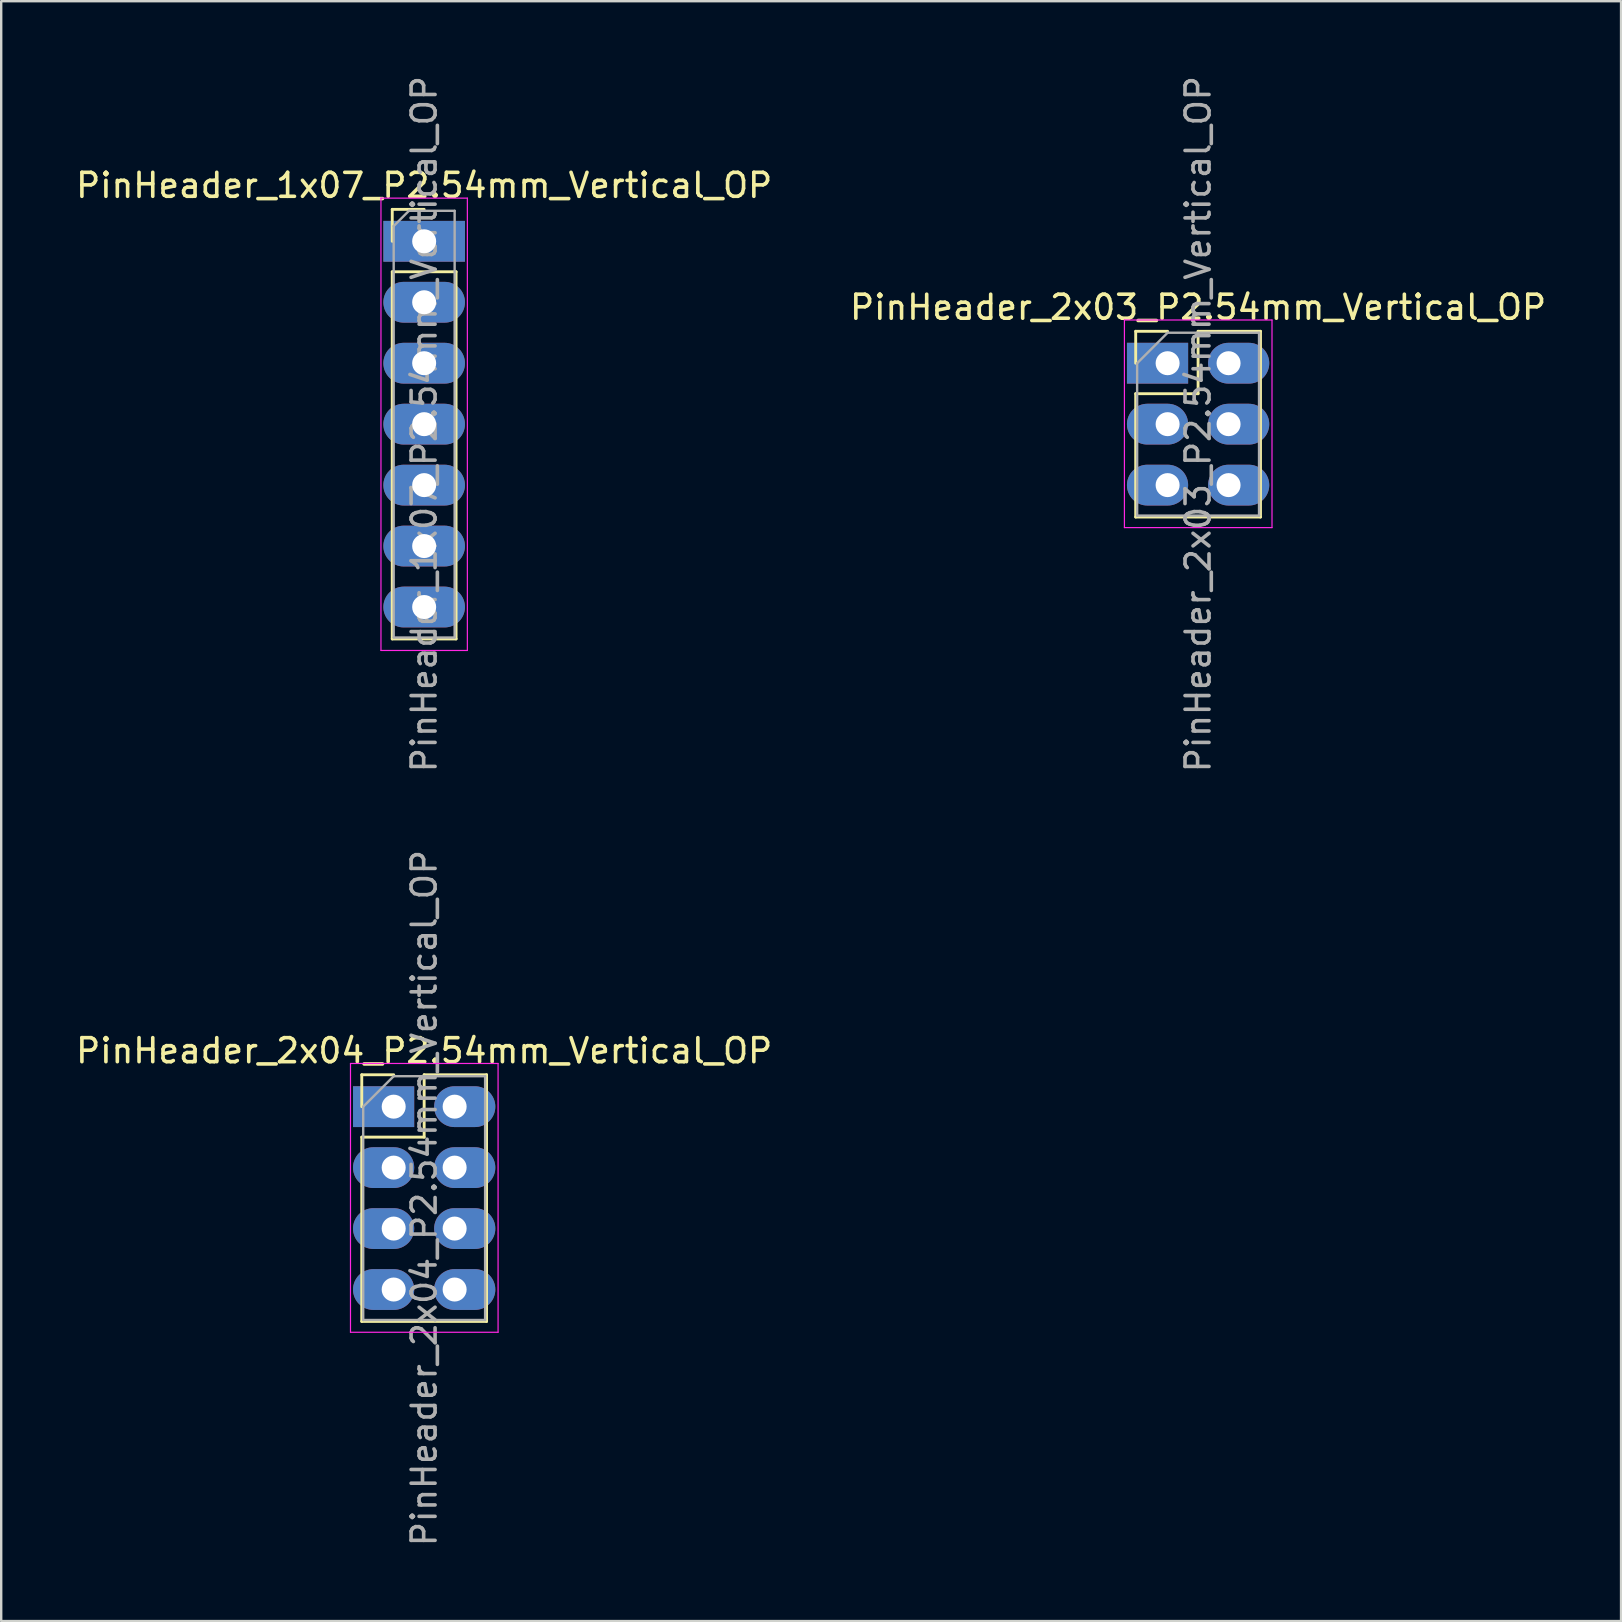
<source format=kicad_pcb>
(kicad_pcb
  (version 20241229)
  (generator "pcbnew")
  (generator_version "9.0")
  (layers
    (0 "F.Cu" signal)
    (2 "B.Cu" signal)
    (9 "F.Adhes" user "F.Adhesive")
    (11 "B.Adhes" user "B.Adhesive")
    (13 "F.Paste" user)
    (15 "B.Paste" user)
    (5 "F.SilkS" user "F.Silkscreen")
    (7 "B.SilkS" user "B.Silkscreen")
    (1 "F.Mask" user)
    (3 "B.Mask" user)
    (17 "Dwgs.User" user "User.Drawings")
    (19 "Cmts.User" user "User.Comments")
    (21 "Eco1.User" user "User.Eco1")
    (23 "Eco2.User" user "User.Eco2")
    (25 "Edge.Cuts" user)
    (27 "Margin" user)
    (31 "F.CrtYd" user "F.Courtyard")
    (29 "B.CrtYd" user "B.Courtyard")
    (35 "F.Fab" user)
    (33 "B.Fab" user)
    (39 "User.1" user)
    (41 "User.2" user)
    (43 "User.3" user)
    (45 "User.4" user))
  (footprint "PinHeader_2x04_P2.54mm_Vertical_OP"
    (layer "F.Cu")
    (at 13.355 43.065)
    (property "Reference" "PinHeader_2x04_P2.54mm_Vertical_OP" (at 1.27 -2.33 0) (layer "F.SilkS") (effects (font (size 1 1) (thickness 0.15))))
    (attr through_hole)
    (fp_line (start -1.33 -1.33) (end 0 -1.33) (stroke (width 0.12) (type solid)) (layer "F.SilkS"))
    (fp_line (start -1.33 0) (end -1.33 -1.33) (stroke (width 0.12) (type solid)) (layer "F.SilkS"))
    (fp_line (start -1.33 1.27) (end -1.33 8.95) (stroke (width 0.12) (type solid)) (layer "F.SilkS"))
    (fp_line (start -1.33 1.27) (end 1.27 1.27) (stroke (width 0.12) (type solid)) (layer "F.SilkS"))
    (fp_line (start -1.33 8.95) (end 3.87 8.95) (stroke (width 0.12) (type solid)) (layer "F.SilkS"))
    (fp_line (start 1.27 -1.33) (end 3.87 -1.33) (stroke (width 0.12) (type solid)) (layer "F.SilkS"))
    (fp_line (start 1.27 1.27) (end 1.27 -1.33) (stroke (width 0.12) (type solid)) (layer "F.SilkS"))
    (fp_line (start 3.87 -1.33) (end 3.87 8.95) (stroke (width 0.12) (type solid)) (layer "F.SilkS"))
    (fp_line (start -1.8 -1.8) (end -1.8 9.4) (stroke (width 0.05) (type solid)) (layer "F.CrtYd"))
    (fp_line (start -1.8 9.4) (end 4.35 9.4) (stroke (width 0.05) (type solid)) (layer "F.CrtYd"))
    (fp_line (start 4.35 -1.8) (end -1.8 -1.8) (stroke (width 0.05) (type solid)) (layer "F.CrtYd"))
    (fp_line (start 4.35 9.4) (end 4.35 -1.8) (stroke (width 0.05) (type solid)) (layer "F.CrtYd"))
    (fp_line (start -1.27 0) (end 0 -1.27) (stroke (width 0.1) (type solid)) (layer "F.Fab"))
    (fp_line (start -1.27 8.89) (end -1.27 0) (stroke (width 0.1) (type solid)) (layer "F.Fab"))
    (fp_line (start 0 -1.27) (end 3.81 -1.27) (stroke (width 0.1) (type solid)) (layer "F.Fab"))
    (fp_line (start 3.81 -1.27) (end 3.81 8.89) (stroke (width 0.1) (type solid)) (layer "F.Fab"))
    (fp_line (start 3.81 8.89) (end -1.27 8.89) (stroke (width 0.1) (type solid)) (layer "F.Fab"))
    (fp_text user "${REFERENCE}" (at 1.27 3.81 90) (layer "F.Fab") (effects (font (size 1 1) (thickness 0.15))))
    (pad "1" thru_hole rect (at 0 0) (size 2.55 1.7) (drill 1 (offset -0.42 0)) (layers "*.Cu" "*.Mask"))
    (pad "2" thru_hole oval (at 0 2.54) (size 2.55 1.7) (drill 1 (offset -0.42 0)) (layers "*.Cu" "*.Mask"))
    (pad "3" thru_hole oval (at 0 5.08) (size 2.55 1.7) (drill 1 (offset -0.42 0)) (layers "*.Cu" "*.Mask"))
    (pad "4" thru_hole oval (at 0 7.62) (size 2.55 1.7) (drill 1 (offset -0.42 0)) (layers "*.Cu" "*.Mask"))
    (pad "5" thru_hole oval (at 2.54 7.62) (size 2.55 1.7) (drill 1 (offset 0.42 0)) (layers "*.Cu" "*.Mask"))
    (pad "6" thru_hole oval (at 2.54 5.08) (size 2.55 1.7) (drill 1 (offset 0.42 0)) (layers "*.Cu" "*.Mask"))
    (pad "7" thru_hole oval (at 2.54 2.54) (size 2.55 1.7) (drill 1 (offset 0.42 0)) (layers "*.Cu" "*.Mask"))
    (pad "8" thru_hole oval (at 2.54 0) (size 2.55 1.7) (drill 1 (offset 0.42 0)) (layers "*.Cu" "*.Mask")))
  (footprint "PinHeader_1x07_P2.54mm_Vertical_OP"
    (layer "F.Cu")
    (at 14.625 7.005)
    (property "Reference" "PinHeader_1x07_P2.54mm_Vertical_OP" (at 0 -2.33 0) (layer "F.SilkS") (effects (font (size 1 1) (thickness 0.15))))
    (attr through_hole)
    (fp_line (start -1.33 -1.33) (end 0 -1.33) (stroke (width 0.12) (type solid)) (layer "F.SilkS"))
    (fp_line (start -1.33 0) (end -1.33 -1.33) (stroke (width 0.12) (type solid)) (layer "F.SilkS"))
    (fp_line (start -1.33 1.27) (end -1.33 16.57) (stroke (width 0.12) (type solid)) (layer "F.SilkS"))
    (fp_line (start -1.33 1.27) (end 1.33 1.27) (stroke (width 0.12) (type solid)) (layer "F.SilkS"))
    (fp_line (start -1.33 16.57) (end 1.33 16.57) (stroke (width 0.12) (type solid)) (layer "F.SilkS"))
    (fp_line (start 1.33 1.27) (end 1.33 16.57) (stroke (width 0.12) (type solid)) (layer "F.SilkS"))
    (fp_line (start -1.8 -1.8) (end -1.8 17.05) (stroke (width 0.05) (type solid)) (layer "F.CrtYd"))
    (fp_line (start -1.8 17.05) (end 1.8 17.05) (stroke (width 0.05) (type solid)) (layer "F.CrtYd"))
    (fp_line (start 1.8 -1.8) (end -1.8 -1.8) (stroke (width 0.05) (type solid)) (layer "F.CrtYd"))
    (fp_line (start 1.8 17.05) (end 1.8 -1.8) (stroke (width 0.05) (type solid)) (layer "F.CrtYd"))
    (fp_line (start -1.27 -0.635) (end -0.635 -1.27) (stroke (width 0.1) (type solid)) (layer "F.Fab"))
    (fp_line (start -1.27 16.51) (end -1.27 -0.635) (stroke (width 0.1) (type solid)) (layer "F.Fab"))
    (fp_line (start -0.635 -1.27) (end 1.27 -1.27) (stroke (width 0.1) (type solid)) (layer "F.Fab"))
    (fp_line (start 1.27 -1.27) (end 1.27 16.51) (stroke (width 0.1) (type solid)) (layer "F.Fab"))
    (fp_line (start 1.27 16.51) (end -1.27 16.51) (stroke (width 0.1) (type solid)) (layer "F.Fab"))
    (fp_text user "${REFERENCE}" (at 0 7.62 90) (layer "F.Fab") (effects (font (size 1 1) (thickness 0.15))))
    (pad "1" thru_hole rect (at 0 0) (size 3.4 1.7) (drill 1) (layers "*.Cu" "*.Mask"))
    (pad "2" thru_hole oval (at 0 2.54) (size 3.4 1.7) (drill 1) (layers "*.Cu" "*.Mask"))
    (pad "3" thru_hole oval (at 0 5.08) (size 3.4 1.7) (drill 1) (layers "*.Cu" "*.Mask"))
    (pad "4" thru_hole oval (at 0 7.62) (size 3.4 1.7) (drill 1) (layers "*.Cu" "*.Mask"))
    (pad "5" thru_hole oval (at 0 10.16) (size 3.4 1.7) (drill 1) (layers "*.Cu" "*.Mask"))
    (pad "6" thru_hole oval (at 0 12.7) (size 3.4 1.7) (drill 1) (layers "*.Cu" "*.Mask"))
    (pad "7" thru_hole oval (at 0 15.24) (size 3.4 1.7) (drill 1) (layers "*.Cu" "*.Mask")))
  (footprint "PinHeader_2x03_P2.54mm_Vertical_OP"
    (layer "F.Cu")
    (at 45.605 12.085)
    (property "Reference" "PinHeader_2x03_P2.54mm_Vertical_OP" (at 1.27 -2.33 0) (layer "F.SilkS") (effects (font (size 1 1) (thickness 0.15))))
    (attr through_hole)
    (fp_line (start -1.33 -1.33) (end 0 -1.33) (stroke (width 0.12) (type solid)) (layer "F.SilkS"))
    (fp_line (start -1.33 0) (end -1.33 -1.33) (stroke (width 0.12) (type solid)) (layer "F.SilkS"))
    (fp_line (start -1.33 1.27) (end -1.33 6.41) (stroke (width 0.12) (type solid)) (layer "F.SilkS"))
    (fp_line (start -1.33 1.27) (end 1.27 1.27) (stroke (width 0.12) (type solid)) (layer "F.SilkS"))
    (fp_line (start -1.33 6.41) (end 3.87 6.41) (stroke (width 0.12) (type solid)) (layer "F.SilkS"))
    (fp_line (start 1.27 -1.33) (end 3.87 -1.33) (stroke (width 0.12) (type solid)) (layer "F.SilkS"))
    (fp_line (start 1.27 1.27) (end 1.27 -1.33) (stroke (width 0.12) (type solid)) (layer "F.SilkS"))
    (fp_line (start 3.87 -1.33) (end 3.87 6.41) (stroke (width 0.12) (type solid)) (layer "F.SilkS"))
    (fp_line (start -1.8 -1.8) (end -1.8 6.85) (stroke (width 0.05) (type solid)) (layer "F.CrtYd"))
    (fp_line (start -1.8 6.85) (end 4.35 6.85) (stroke (width 0.05) (type solid)) (layer "F.CrtYd"))
    (fp_line (start 4.35 -1.8) (end -1.8 -1.8) (stroke (width 0.05) (type solid)) (layer "F.CrtYd"))
    (fp_line (start 4.35 6.85) (end 4.35 -1.8) (stroke (width 0.05) (type solid)) (layer "F.CrtYd"))
    (fp_line (start -1.27 0) (end 0 -1.27) (stroke (width 0.1) (type solid)) (layer "F.Fab"))
    (fp_line (start -1.27 6.35) (end -1.27 0) (stroke (width 0.1) (type solid)) (layer "F.Fab"))
    (fp_line (start 0 -1.27) (end 3.81 -1.27) (stroke (width 0.1) (type solid)) (layer "F.Fab"))
    (fp_line (start 3.81 -1.27) (end 3.81 6.35) (stroke (width 0.1) (type solid)) (layer "F.Fab"))
    (fp_line (start 3.81 6.35) (end -1.27 6.35) (stroke (width 0.1) (type solid)) (layer "F.Fab"))
    (fp_text user "${REFERENCE}" (at 1.27 2.54 90) (layer "F.Fab") (effects (font (size 1 1) (thickness 0.15))))
    (pad "1" thru_hole rect (at 0 0) (size 2.55 1.7) (drill 1 (offset -0.42 0)) (layers "*.Cu" "*.Mask"))
    (pad "2" thru_hole oval (at 0 2.54) (size 2.55 1.7) (drill 1 (offset -0.42 0)) (layers "*.Cu" "*.Mask"))
    (pad "3" thru_hole oval (at 0 5.08) (size 2.55 1.7) (drill 1 (offset -0.42 0)) (layers "*.Cu" "*.Mask"))
    (pad "4" thru_hole oval (at 2.54 5.08) (size 2.55 1.7) (drill 1 (offset 0.42 0)) (layers "*.Cu" "*.Mask"))
    (pad "5" thru_hole oval (at 2.54 2.54) (size 2.55 1.7) (drill 1 (offset 0.42 0)) (layers "*.Cu" "*.Mask"))
    (pad "6" thru_hole oval (at 2.54 0) (size 2.55 1.7) (drill 1 (offset 0.42 0)) (layers "*.Cu" "*.Mask")))
  (gr_rect
    (start -3 -3)
    (end 64.5 64.5)
    (stroke (width 0.1) (type default))
    (fill no)
    (layer "Edge.Cuts")))
</source>
